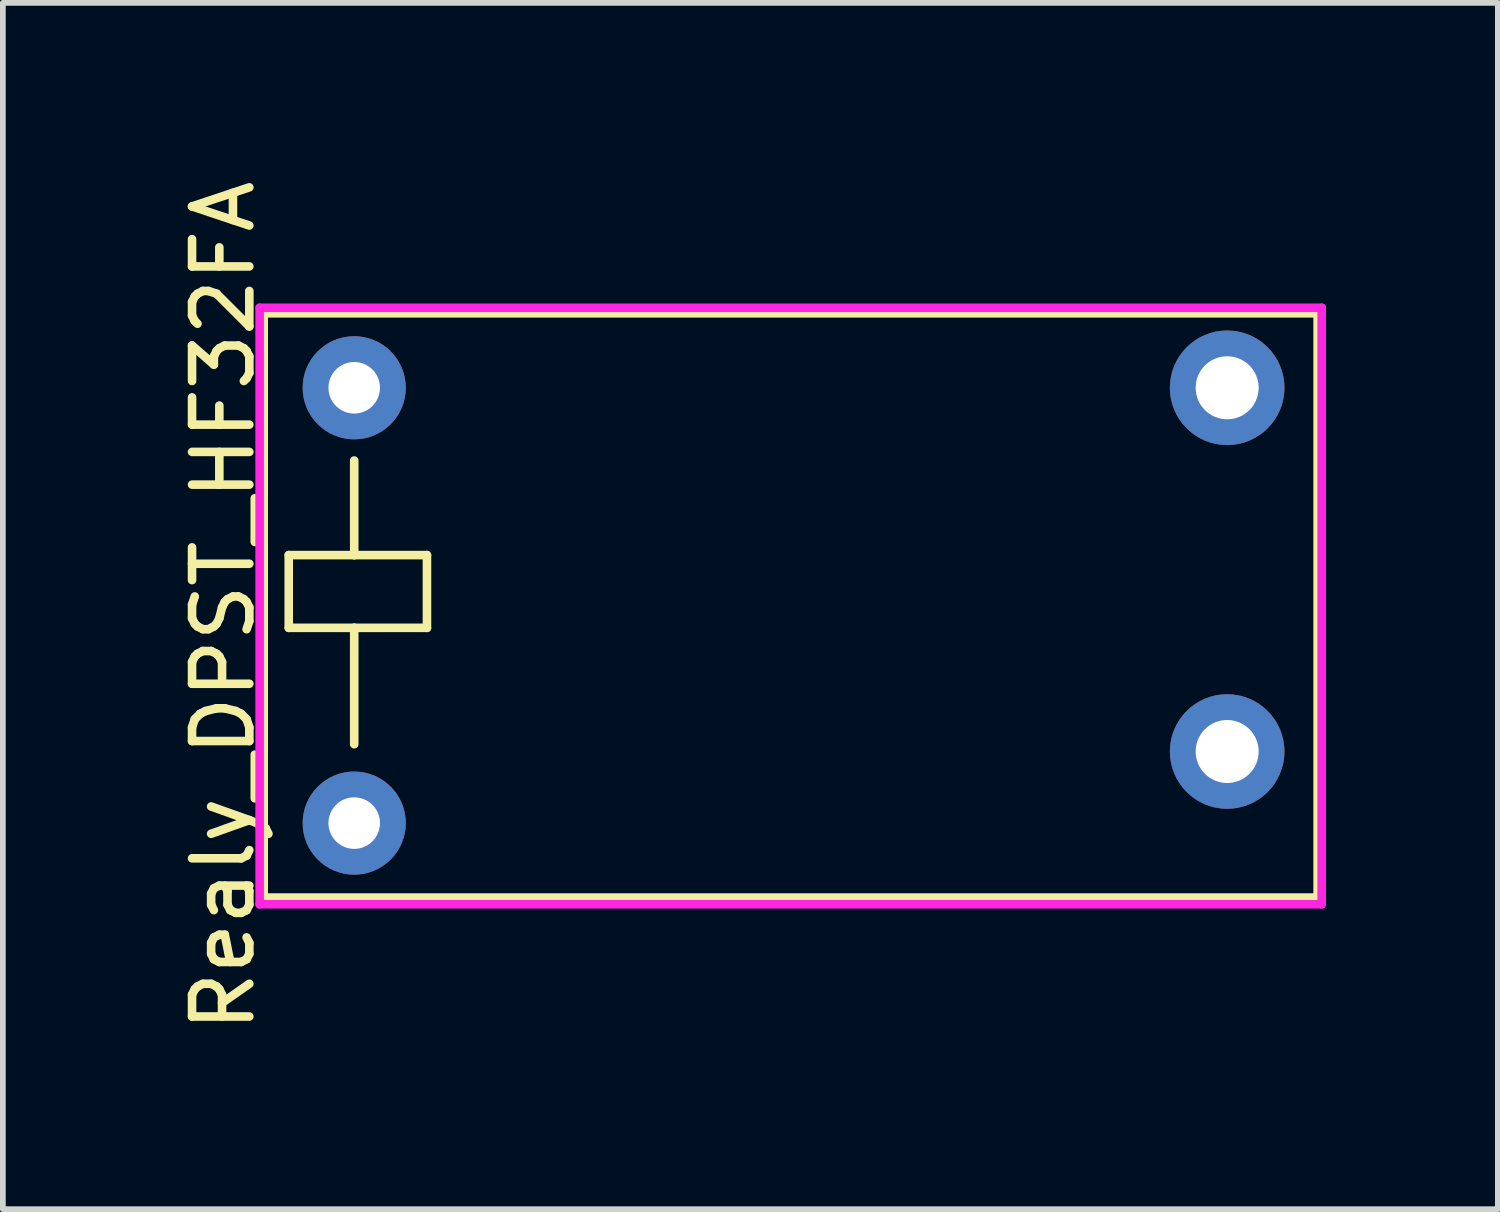
<source format=kicad_pcb>
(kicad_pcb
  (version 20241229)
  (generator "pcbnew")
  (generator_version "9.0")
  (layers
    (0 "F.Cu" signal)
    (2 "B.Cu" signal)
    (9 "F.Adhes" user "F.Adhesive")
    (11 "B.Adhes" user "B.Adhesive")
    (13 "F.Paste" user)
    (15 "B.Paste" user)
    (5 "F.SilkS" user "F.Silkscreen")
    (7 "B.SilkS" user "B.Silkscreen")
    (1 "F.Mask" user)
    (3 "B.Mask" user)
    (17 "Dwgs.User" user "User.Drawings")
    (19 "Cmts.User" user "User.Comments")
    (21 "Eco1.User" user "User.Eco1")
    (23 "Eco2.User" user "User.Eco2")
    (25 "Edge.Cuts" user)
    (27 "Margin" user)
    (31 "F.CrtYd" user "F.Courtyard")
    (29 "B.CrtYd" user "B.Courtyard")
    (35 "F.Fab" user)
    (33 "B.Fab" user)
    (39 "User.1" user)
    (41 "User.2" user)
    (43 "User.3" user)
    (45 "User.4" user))
  (footprint "Realy_DPST_HF32FA"
    (layer "F.Cu")
    (at 3.134 3.72)
    (property "Reference" "Realy_DPST_HF32FA" (at -2.286 3.81 90) (layer "F.SilkS") (effects (font (size 1 1) (thickness 0.15))))
    (attr through_hole)
    (fp_line (start -1.58 -1.3) (end -1.58 8.9) (stroke (width 0.15) (type solid)) (layer "F.SilkS"))
    (fp_line (start -1.58 -1.3) (end 16.82 -1.3) (stroke (width 0.15) (type solid)) (layer "F.SilkS"))
    (fp_line (start -1.143 2.921) (end -1.143 4.191) (stroke (width 0.15) (type solid)) (layer "F.SilkS"))
    (fp_line (start -1.143 4.191) (end 0 4.191) (stroke (width 0.15) (type solid)) (layer "F.SilkS"))
    (fp_line (start 0 1.27) (end 0 2.921) (stroke (width 0.15) (type solid)) (layer "F.SilkS"))
    (fp_line (start 0 2.921) (end -1.143 2.921) (stroke (width 0.15) (type solid)) (layer "F.SilkS"))
    (fp_line (start 0 2.921) (end 1.27 2.921) (stroke (width 0.15) (type solid)) (layer "F.SilkS"))
    (fp_line (start 0 4.191) (end 0 6.223) (stroke (width 0.15) (type solid)) (layer "F.SilkS"))
    (fp_line (start 1.27 2.921) (end 1.27 4.191) (stroke (width 0.15) (type solid)) (layer "F.SilkS"))
    (fp_line (start 1.27 4.191) (end 0 4.191) (stroke (width 0.15) (type solid)) (layer "F.SilkS"))
    (fp_line (start 16.82 -1.3) (end 16.82 8.9) (stroke (width 0.15) (type solid)) (layer "F.SilkS"))
    (fp_line (start 16.82 8.9) (end -1.58 8.9) (stroke (width 0.15) (type solid)) (layer "F.SilkS"))
    (fp_line (start -1.651 -1.397) (end -1.651 9.017) (stroke (width 0.15) (type solid)) (layer "F.CrtYd"))
    (fp_line (start -1.651 9.017) (end 16.891 9.017) (stroke (width 0.15) (type solid)) (layer "F.CrtYd"))
    (fp_line (start 16.891 -1.397) (end -1.651 -1.397) (stroke (width 0.15) (type solid)) (layer "F.CrtYd"))
    (fp_line (start 16.891 9.017) (end 16.891 -1.397) (stroke (width 0.15) (type solid)) (layer "F.CrtYd"))
    (pad "1" thru_hole circle (at 0 0) (size 1.8 1.8) (drill 0.9) (layers "*.Cu" "*.Mask"))
    (pad "2" thru_hole circle (at 0 7.6) (size 1.8 1.8) (drill 0.9) (layers "*.Cu" "*.Mask"))
    (pad "3" thru_hole circle (at 15.24 6.35) (size 2 2) (drill 1.1) (layers "*.Cu" "*.Mask"))
    (pad "4" thru_hole circle (at 15.24 0) (size 2 2) (drill 1.1) (layers "*.Cu" "*.Mask")))
  (gr_rect
    (start -3 -3)
    (end 23.1 18.06)
    (stroke (width 0.1) (type default))
    (fill no)
    (layer "Edge.Cuts")))
</source>
